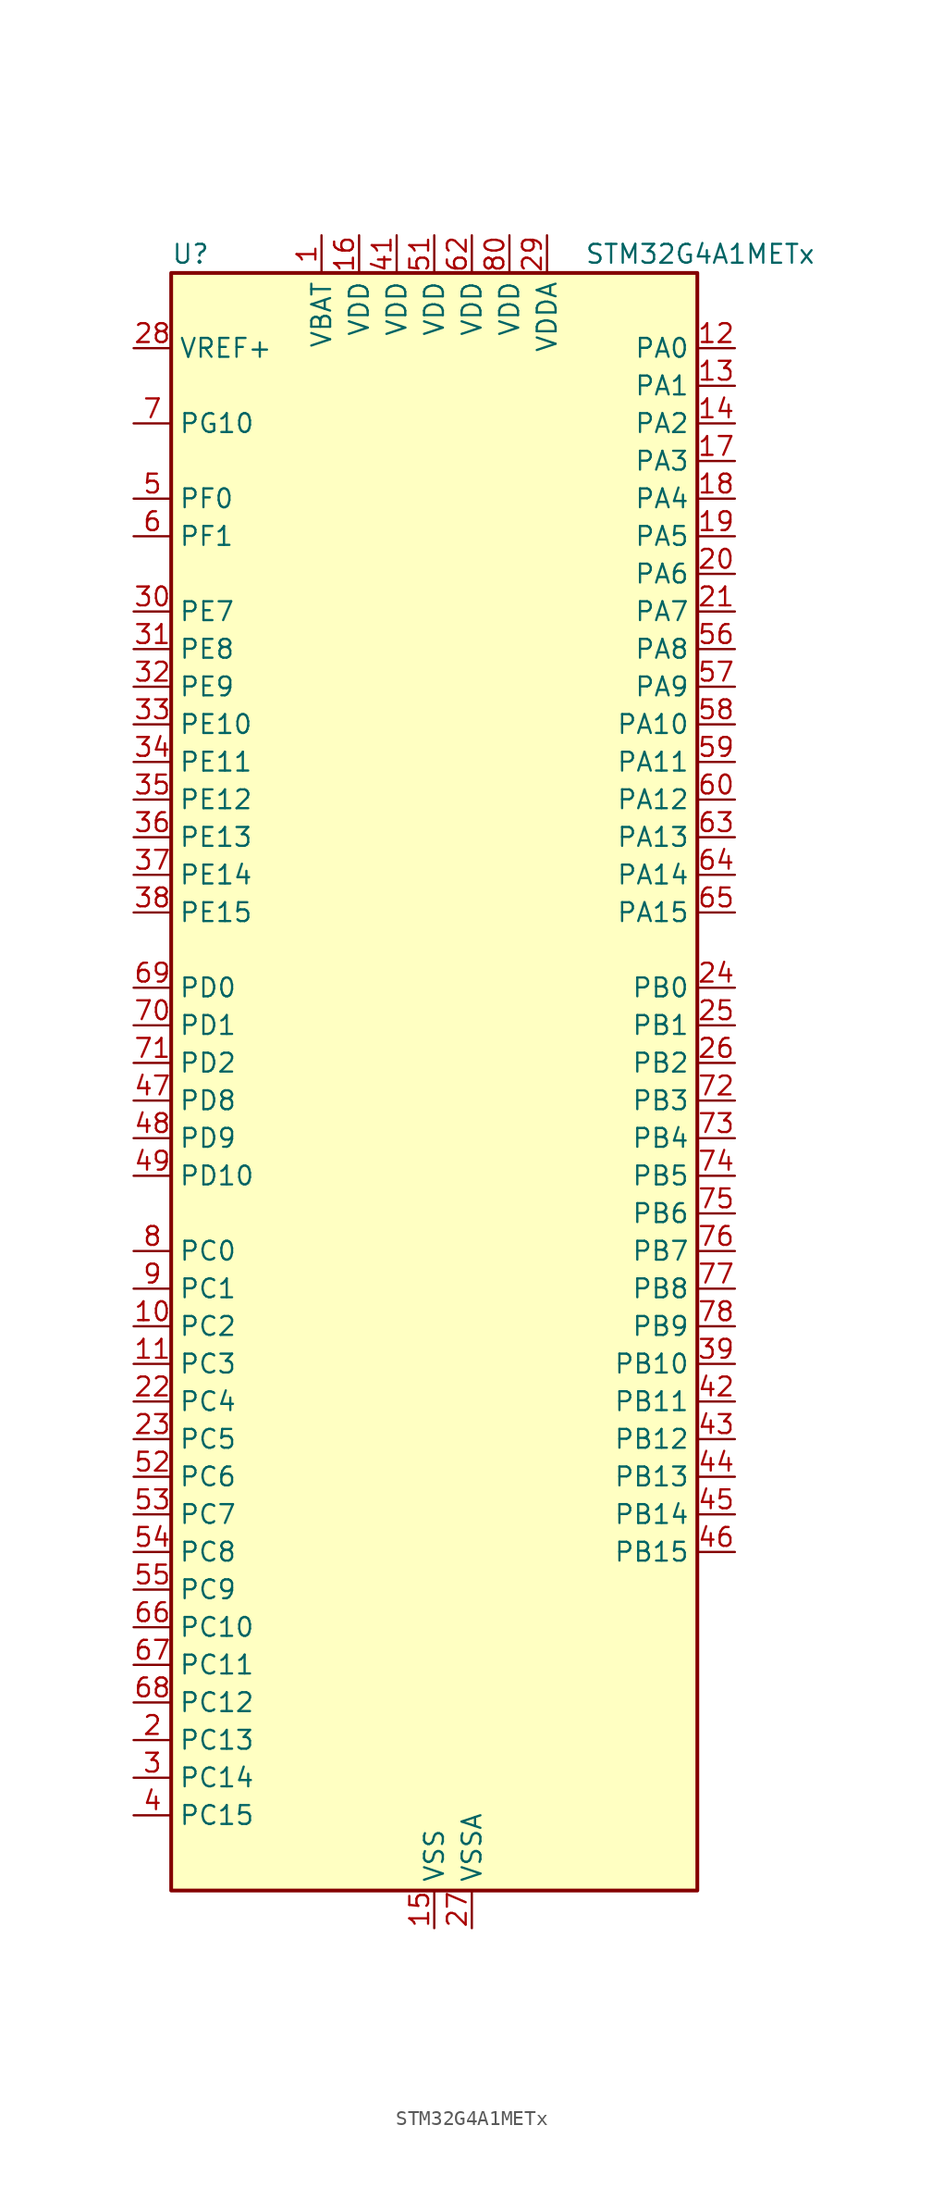
<source format=kicad_sym>
(kicad_symbol_lib
  (version 20241209)
  (generator "kicad_symbol_editor")
  (generator_version "9.0")
  (symbol "STM32G4A1METx"
    (property "Reference" "U"
      (at -17.78 57.15 0)
      (effects (font (size 1.27 1.27)) (justify left)))
    (property "Value" "STM32G4A1METx"
      (at 10.16 57.15 0)
      (effects (font (size 1.27 1.27)) (justify left)))
    (symbol "STM32G4A1METx_0_1"
      (rectangle (start -17.78 -53.34) (end 17.78 55.88) (stroke (width 0.254) (type default)) (fill (type background))))
    (symbol "STM32G4A1METx_1_1"
      (pin input line (at -20.32 50.8 0) (length 2.54) (name "VREF+" (effects (font (size 1.27 1.27)))) (number "28" (effects (font (size 1.27 1.27)))) (alternate "VREFBUF_OUT" bidirectional line))
      (pin bidirectional line (at -20.32 45.72 0) (length 2.54) (name "PG10" (effects (font (size 1.27 1.27)))) (number "7" (effects (font (size 1.27 1.27)))) (alternate "DAC1_EXTI10" bidirectional line) (alternate "DAC3_EXTI10" bidirectional line) (alternate "RCC_MCO" bidirectional line))
      (pin bidirectional line (at -20.32 40.64 0) (length 2.54) (name "PF0" (effects (font (size 1.27 1.27)))) (number "5" (effects (font (size 1.27 1.27)))) (alternate "ADC1_IN10" bidirectional line) (alternate "I2C2_SDA" bidirectional line) (alternate "I2S2_WS" bidirectional line) (alternate "RCC_OSC_IN" bidirectional line) (alternate "SPI2_NSS" bidirectional line) (alternate "TIM1_CH3N" bidirectional line))
      (pin bidirectional line (at -20.32 38.1 0) (length 2.54) (name "PF1" (effects (font (size 1.27 1.27)))) (number "6" (effects (font (size 1.27 1.27)))) (alternate "ADC2_IN10" bidirectional line) (alternate "COMP3_INM" bidirectional line) (alternate "I2S2_CK" bidirectional line) (alternate "RCC_OSC_OUT" bidirectional line) (alternate "SPI2_SCK" bidirectional line))
      (pin bidirectional line (at -20.32 33.02 0) (length 2.54) (name "PE7" (effects (font (size 1.27 1.27)))) (number "30" (effects (font (size 1.27 1.27)))) (alternate "ADC3_IN4" bidirectional line) (alternate "COMP4_INP" bidirectional line) (alternate "SAI1_SD_B" bidirectional line) (alternate "TIM1_ETR" bidirectional line))
      (pin bidirectional line (at -20.32 30.48 0) (length 2.54) (name "PE8" (effects (font (size 1.27 1.27)))) (number "31" (effects (font (size 1.27 1.27)))) (alternate "ADC3_IN6" bidirectional line) (alternate "COMP4_INM" bidirectional line) (alternate "SAI1_SCK_B" bidirectional line) (alternate "TIM1_CH1N" bidirectional line))
      (pin bidirectional line (at -20.32 27.94 0) (length 2.54) (name "PE9" (effects (font (size 1.27 1.27)))) (number "32" (effects (font (size 1.27 1.27)))) (alternate "ADC3_IN2" bidirectional line) (alternate "DAC1_EXTI9" bidirectional line) (alternate "DAC3_EXTI9" bidirectional line) (alternate "SAI1_FS_B" bidirectional line) (alternate "TIM1_CH1" bidirectional line))
      (pin bidirectional line (at -20.32 25.4 0) (length 2.54) (name "PE10" (effects (font (size 1.27 1.27)))) (number "33" (effects (font (size 1.27 1.27)))) (alternate "ADC3_IN14" bidirectional line) (alternate "DAC1_EXTI10" bidirectional line) (alternate "DAC3_EXTI10" bidirectional line) (alternate "QUADSPI1_CLK" bidirectional line) (alternate "SAI1_MCLK_B" bidirectional line) (alternate "TIM1_CH2N" bidirectional line))
      (pin bidirectional line (at -20.32 22.86 0) (length 2.54) (name "PE11" (effects (font (size 1.27 1.27)))) (number "34" (effects (font (size 1.27 1.27)))) (alternate "ADC1_EXTI11" bidirectional line) (alternate "ADC2_EXTI11" bidirectional line) (alternate "ADC3_IN15" bidirectional line) (alternate "QUADSPI1_BK1_NCS" bidirectional line) (alternate "TIM1_CH2" bidirectional line))
      (pin bidirectional line (at -20.32 20.32 0) (length 2.54) (name "PE12" (effects (font (size 1.27 1.27)))) (number "35" (effects (font (size 1.27 1.27)))) (alternate "ADC3_IN16" bidirectional line) (alternate "QUADSPI1_BK1_IO0" bidirectional line) (alternate "TIM1_CH3N" bidirectional line))
      (pin bidirectional line (at -20.32 17.78 0) (length 2.54) (name "PE13" (effects (font (size 1.27 1.27)))) (number "36" (effects (font (size 1.27 1.27)))) (alternate "ADC3_IN3" bidirectional line) (alternate "QUADSPI1_BK1_IO1" bidirectional line) (alternate "TIM1_CH3" bidirectional line))
      (pin bidirectional line (at -20.32 15.24 0) (length 2.54) (name "PE14" (effects (font (size 1.27 1.27)))) (number "37" (effects (font (size 1.27 1.27)))) (alternate "QUADSPI1_BK1_IO2" bidirectional line) (alternate "TIM1_BKIN2" bidirectional line) (alternate "TIM1_CH4" bidirectional line))
      (pin bidirectional line (at -20.32 12.7 0) (length 2.54) (name "PE15" (effects (font (size 1.27 1.27)))) (number "38" (effects (font (size 1.27 1.27)))) (alternate "ADC1_EXTI15" bidirectional line) (alternate "ADC2_EXTI15" bidirectional line) (alternate "QUADSPI1_BK1_IO3" bidirectional line) (alternate "TIM1_BKIN" bidirectional line) (alternate "TIM1_CH4N" bidirectional line) (alternate "USART3_RX" bidirectional line))
      (pin bidirectional line (at -20.32 7.62 0) (length 2.54) (name "PD0" (effects (font (size 1.27 1.27)))) (number "69" (effects (font (size 1.27 1.27)))) (alternate "FDCAN1_RX" bidirectional line) (alternate "TIM8_CH4N" bidirectional line))
      (pin bidirectional line (at -20.32 5.08 0) (length 2.54) (name "PD1" (effects (font (size 1.27 1.27)))) (number "70" (effects (font (size 1.27 1.27)))) (alternate "FDCAN1_TX" bidirectional line) (alternate "TIM8_BKIN2" bidirectional line) (alternate "TIM8_CH4" bidirectional line))
      (pin bidirectional line (at -20.32 2.54 0) (length 2.54) (name "PD2" (effects (font (size 1.27 1.27)))) (number "71" (effects (font (size 1.27 1.27)))) (alternate "ADC3_EXTI2" bidirectional line) (alternate "TIM3_ETR" bidirectional line) (alternate "TIM8_BKIN" bidirectional line) (alternate "UART5_RX" bidirectional line))
      (pin bidirectional line (at -20.32 0 0) (length 2.54) (name "PD8" (effects (font (size 1.27 1.27)))) (number "47" (effects (font (size 1.27 1.27)))) (alternate "USART3_TX" bidirectional line))
      (pin bidirectional line (at -20.32 -2.54 0) (length 2.54) (name "PD9" (effects (font (size 1.27 1.27)))) (number "48" (effects (font (size 1.27 1.27)))) (alternate "DAC1_EXTI9" bidirectional line) (alternate "DAC3_EXTI9" bidirectional line) (alternate "OPAMP6_VINP" bidirectional line) (alternate "OPAMP6_VINP_SEC" bidirectional line) (alternate "USART3_RX" bidirectional line))
      (pin bidirectional line (at -20.32 -5.08 0) (length 2.54) (name "PD10" (effects (font (size 1.27 1.27)))) (number "49" (effects (font (size 1.27 1.27)))) (alternate "ADC3_IN7" bidirectional line) (alternate "DAC1_EXTI10" bidirectional line) (alternate "DAC3_EXTI10" bidirectional line) (alternate "USART3_CK" bidirectional line))
      (pin bidirectional line (at -20.32 -10.16 0) (length 2.54) (name "PC0" (effects (font (size 1.27 1.27)))) (number "8" (effects (font (size 1.27 1.27)))) (alternate "ADC1_IN6" bidirectional line) (alternate "ADC2_IN6" bidirectional line) (alternate "COMP3_INM" bidirectional line) (alternate "LPTIM1_IN1" bidirectional line) (alternate "LPUART1_RX" bidirectional line) (alternate "TIM1_CH1" bidirectional line))
      (pin bidirectional line (at -20.32 -12.7 0) (length 2.54) (name "PC1" (effects (font (size 1.27 1.27)))) (number "9" (effects (font (size 1.27 1.27)))) (alternate "ADC1_IN7" bidirectional line) (alternate "ADC2_IN7" bidirectional line) (alternate "COMP3_INP" bidirectional line) (alternate "LPTIM1_OUT" bidirectional line) (alternate "LPUART1_TX" bidirectional line) (alternate "QUADSPI1_BK2_IO0" bidirectional line) (alternate "SAI1_SD_A" bidirectional line) (alternate "TIM1_CH2" bidirectional line))
      (pin bidirectional line (at -20.32 -15.24 0) (length 2.54) (name "PC2" (effects (font (size 1.27 1.27)))) (number "10" (effects (font (size 1.27 1.27)))) (alternate "ADC1_IN8" bidirectional line) (alternate "ADC2_IN8" bidirectional line) (alternate "ADC3_EXTI2" bidirectional line) (alternate "COMP3_OUT" bidirectional line) (alternate "LPTIM1_IN2" bidirectional line) (alternate "QUADSPI1_BK2_IO1" bidirectional line) (alternate "TIM1_CH3" bidirectional line) (alternate "TIM20_CH2" bidirectional line))
      (pin bidirectional line (at -20.32 -17.78 0) (length 2.54) (name "PC3" (effects (font (size 1.27 1.27)))) (number "11" (effects (font (size 1.27 1.27)))) (alternate "ADC1_IN9" bidirectional line) (alternate "ADC2_IN9" bidirectional line) (alternate "ADC3_EXTI3" bidirectional line) (alternate "LPTIM1_ETR" bidirectional line) (alternate "QUADSPI1_BK2_IO2" bidirectional line) (alternate "SAI1_D1" bidirectional line) (alternate "SAI1_SD_A" bidirectional line) (alternate "TIM1_BKIN2" bidirectional line) (alternate "TIM1_CH4" bidirectional line))
      (pin bidirectional line (at -20.32 -20.32 0) (length 2.54) (name "PC4" (effects (font (size 1.27 1.27)))) (number "22" (effects (font (size 1.27 1.27)))) (alternate "ADC2_IN5" bidirectional line) (alternate "I2C2_SCL" bidirectional line) (alternate "QUADSPI1_BK2_IO3" bidirectional line) (alternate "TIM1_ETR" bidirectional line) (alternate "USART1_TX" bidirectional line))
      (pin bidirectional line (at -20.32 -22.86 0) (length 2.54) (name "PC5" (effects (font (size 1.27 1.27)))) (number "23" (effects (font (size 1.27 1.27)))) (alternate "ADC2_IN11" bidirectional line) (alternate "OPAMP1_VINM" bidirectional line) (alternate "OPAMP1_VINM1" bidirectional line) (alternate "OPAMP1_VINM_SEC" bidirectional line) (alternate "OPAMP2_VINM" bidirectional line) (alternate "OPAMP2_VINM1" bidirectional line) (alternate "OPAMP2_VINM_SEC" bidirectional line) (alternate "SAI1_D3" bidirectional line) (alternate "SYS_WKUP5" bidirectional line) (alternate "TIM15_BKIN" bidirectional line) (alternate "TIM1_CH4N" bidirectional line) (alternate "USART1_RX" bidirectional line))
      (pin bidirectional line (at -20.32 -25.4 0) (length 2.54) (name "PC6" (effects (font (size 1.27 1.27)))) (number "52" (effects (font (size 1.27 1.27)))) (alternate "I2S2_MCK" bidirectional line) (alternate "TIM3_CH1" bidirectional line) (alternate "TIM8_CH1" bidirectional line))
      (pin bidirectional line (at -20.32 -27.94 0) (length 2.54) (name "PC7" (effects (font (size 1.27 1.27)))) (number "53" (effects (font (size 1.27 1.27)))) (alternate "I2S3_MCK" bidirectional line) (alternate "TIM3_CH2" bidirectional line) (alternate "TIM8_CH2" bidirectional line))
      (pin bidirectional line (at -20.32 -30.48 0) (length 2.54) (name "PC8" (effects (font (size 1.27 1.27)))) (number "54" (effects (font (size 1.27 1.27)))) (alternate "I2C3_SCL" bidirectional line) (alternate "TIM20_CH3" bidirectional line) (alternate "TIM3_CH3" bidirectional line) (alternate "TIM8_CH3" bidirectional line))
      (pin bidirectional line (at -20.32 -33.02 0) (length 2.54) (name "PC9" (effects (font (size 1.27 1.27)))) (number "55" (effects (font (size 1.27 1.27)))) (alternate "DAC1_EXTI9" bidirectional line) (alternate "DAC3_EXTI9" bidirectional line) (alternate "I2C3_SDA" bidirectional line) (alternate "I2S_CKIN" bidirectional line) (alternate "TIM3_CH4" bidirectional line) (alternate "TIM8_BKIN2" bidirectional line) (alternate "TIM8_CH4" bidirectional line))
      (pin bidirectional line (at -20.32 -35.56 0) (length 2.54) (name "PC10" (effects (font (size 1.27 1.27)))) (number "66" (effects (font (size 1.27 1.27)))) (alternate "DAC1_EXTI10" bidirectional line) (alternate "DAC3_EXTI10" bidirectional line) (alternate "I2S3_CK" bidirectional line) (alternate "SPI3_SCK" bidirectional line) (alternate "TIM8_CH1N" bidirectional line) (alternate "UART4_TX" bidirectional line) (alternate "USART3_TX" bidirectional line))
      (pin bidirectional line (at -20.32 -38.1 0) (length 2.54) (name "PC11" (effects (font (size 1.27 1.27)))) (number "67" (effects (font (size 1.27 1.27)))) (alternate "ADC1_EXTI11" bidirectional line) (alternate "ADC2_EXTI11" bidirectional line) (alternate "I2C3_SDA" bidirectional line) (alternate "SPI3_MISO" bidirectional line) (alternate "TIM8_CH2N" bidirectional line) (alternate "UART4_RX" bidirectional line) (alternate "USART3_RX" bidirectional line))
      (pin bidirectional line (at -20.32 -40.64 0) (length 2.54) (name "PC12" (effects (font (size 1.27 1.27)))) (number "68" (effects (font (size 1.27 1.27)))) (alternate "I2S3_SD" bidirectional line) (alternate "SPI3_MOSI" bidirectional line) (alternate "TIM8_CH3N" bidirectional line) (alternate "UART5_TX" bidirectional line) (alternate "UCPD1_FRSTX1" bidirectional line) (alternate "UCPD1_FRSTX2" bidirectional line) (alternate "USART3_CK" bidirectional line))
      (pin bidirectional line (at -20.32 -43.18 0) (length 2.54) (name "PC13" (effects (font (size 1.27 1.27)))) (number "2" (effects (font (size 1.27 1.27)))) (alternate "RTC_OUT1" bidirectional line) (alternate "RTC_TAMP1" bidirectional line) (alternate "RTC_TS" bidirectional line) (alternate "SYS_WKUP2" bidirectional line) (alternate "TIM1_BKIN" bidirectional line) (alternate "TIM1_CH1N" bidirectional line) (alternate "TIM8_CH4N" bidirectional line))
      (pin bidirectional line (at -20.32 -45.72 0) (length 2.54) (name "PC14" (effects (font (size 1.27 1.27)))) (number "3" (effects (font (size 1.27 1.27)))) (alternate "RCC_OSC32_IN" bidirectional line))
      (pin bidirectional line (at -20.32 -48.26 0) (length 2.54) (name "PC15" (effects (font (size 1.27 1.27)))) (number "4" (effects (font (size 1.27 1.27)))) (alternate "ADC1_EXTI15" bidirectional line) (alternate "ADC2_EXTI15" bidirectional line) (alternate "RCC_OSC32_OUT" bidirectional line))
      (pin power_in line (at -7.62 58.42 270) (length 2.54) (name "VBAT" (effects (font (size 1.27 1.27)))) (number "1" (effects (font (size 1.27 1.27)))))
      (pin power_in line (at -5.08 58.42 270) (length 2.54) (name "VDD" (effects (font (size 1.27 1.27)))) (number "16" (effects (font (size 1.27 1.27)))))
      (pin power_in line (at -2.54 58.42 270) (length 2.54) (name "VDD" (effects (font (size 1.27 1.27)))) (number "41" (effects (font (size 1.27 1.27)))))
      (pin power_in line (at 0 58.42 270) (length 2.54) (name "VDD" (effects (font (size 1.27 1.27)))) (number "51" (effects (font (size 1.27 1.27)))))
      (pin power_in line (at 0 -55.88 90) (length 2.54) (name "VSS" (effects (font (size 1.27 1.27)))) (number "15" (effects (font (size 1.27 1.27)))))
      (pin passive line (at 0 -55.88 90) (length 2.54) (hide yes) (name "VSS" (effects (font (size 1.27 1.27)))) (number "40" (effects (font (size 1.27 1.27)))))
      (pin passive line (at 0 -55.88 90) (length 2.54) (hide yes) (name "VSS" (effects (font (size 1.27 1.27)))) (number "50" (effects (font (size 1.27 1.27)))))
      (pin passive line (at 0 -55.88 90) (length 2.54) (hide yes) (name "VSS" (effects (font (size 1.27 1.27)))) (number "61" (effects (font (size 1.27 1.27)))))
      (pin passive line (at 0 -55.88 90) (length 2.54) (hide yes) (name "VSS" (effects (font (size 1.27 1.27)))) (number "79" (effects (font (size 1.27 1.27)))))
      (pin power_in line (at 2.54 58.42 270) (length 2.54) (name "VDD" (effects (font (size 1.27 1.27)))) (number "62" (effects (font (size 1.27 1.27)))))
      (pin power_in line (at 2.54 -55.88 90) (length 2.54) (name "VSSA" (effects (font (size 1.27 1.27)))) (number "27" (effects (font (size 1.27 1.27)))))
      (pin power_in line (at 5.08 58.42 270) (length 2.54) (name "VDD" (effects (font (size 1.27 1.27)))) (number "80" (effects (font (size 1.27 1.27)))))
      (pin power_in line (at 7.62 58.42 270) (length 2.54) (name "VDDA" (effects (font (size 1.27 1.27)))) (number "29" (effects (font (size 1.27 1.27)))))
      (pin bidirectional line (at 20.32 50.8 180) (length 2.54) (name "PA0" (effects (font (size 1.27 1.27)))) (number "12" (effects (font (size 1.27 1.27)))) (alternate "ADC1_IN1" bidirectional line) (alternate "ADC2_IN1" bidirectional line) (alternate "COMP1_INM" bidirectional line) (alternate "COMP1_OUT" bidirectional line) (alternate "COMP3_INP" bidirectional line) (alternate "RTC_TAMP2" bidirectional line) (alternate "SYS_WKUP1" bidirectional line) (alternate "TIM2_CH1" bidirectional line) (alternate "TIM2_ETR" bidirectional line) (alternate "TIM8_BKIN" bidirectional line) (alternate "TIM8_ETR" bidirectional line) (alternate "USART2_CTS" bidirectional line) (alternate "USART2_NSS" bidirectional line))
      (pin bidirectional line (at 20.32 48.26 180) (length 2.54) (name "PA1" (effects (font (size 1.27 1.27)))) (number "13" (effects (font (size 1.27 1.27)))) (alternate "ADC1_IN2" bidirectional line) (alternate "ADC2_IN2" bidirectional line) (alternate "COMP1_INP" bidirectional line) (alternate "OPAMP1_VINP" bidirectional line) (alternate "OPAMP1_VINP_SEC" bidirectional line) (alternate "OPAMP3_VINP" bidirectional line) (alternate "OPAMP3_VINP_SEC" bidirectional line) (alternate "OPAMP6_VINM" bidirectional line) (alternate "OPAMP6_VINM0" bidirectional line) (alternate "OPAMP6_VINM_SEC" bidirectional line) (alternate "RTC_REFIN" bidirectional line) (alternate "TIM15_CH1N" bidirectional line) (alternate "TIM2_CH2" bidirectional line) (alternate "USART2_DE" bidirectional line) (alternate "USART2_RTS" bidirectional line))
      (pin bidirectional line (at 20.32 45.72 180) (length 2.54) (name "PA2" (effects (font (size 1.27 1.27)))) (number "14" (effects (font (size 1.27 1.27)))) (alternate "ADC1_IN3" bidirectional line) (alternate "ADC3_EXTI2" bidirectional line) (alternate "COMP2_INM" bidirectional line) (alternate "COMP2_OUT" bidirectional line) (alternate "LPUART1_TX" bidirectional line) (alternate "OPAMP1_VOUT" bidirectional line) (alternate "QUADSPI1_BK1_NCS" bidirectional line) (alternate "RCC_LSCO" bidirectional line) (alternate "SYS_WKUP4" bidirectional line) (alternate "TIM15_CH1" bidirectional line) (alternate "TIM2_CH3" bidirectional line) (alternate "UCPD1_FRSTX1" bidirectional line) (alternate "UCPD1_FRSTX2" bidirectional line) (alternate "USART2_TX" bidirectional line))
      (pin bidirectional line (at 20.32 43.18 180) (length 2.54) (name "PA3" (effects (font (size 1.27 1.27)))) (number "17" (effects (font (size 1.27 1.27)))) (alternate "ADC1_IN4" bidirectional line) (alternate "ADC3_EXTI3" bidirectional line) (alternate "COMP2_INP" bidirectional line) (alternate "LPUART1_RX" bidirectional line) (alternate "OPAMP1_VINM" bidirectional line) (alternate "OPAMP1_VINM0" bidirectional line) (alternate "OPAMP1_VINM_SEC" bidirectional line) (alternate "OPAMP1_VINP" bidirectional line) (alternate "OPAMP1_VINP_SEC" bidirectional line) (alternate "QUADSPI1_CLK" bidirectional line) (alternate "SAI1_CK1" bidirectional line) (alternate "SAI1_MCLK_A" bidirectional line) (alternate "TIM15_CH2" bidirectional line) (alternate "TIM2_CH4" bidirectional line) (alternate "USART2_RX" bidirectional line))
      (pin bidirectional line (at 20.32 40.64 180) (length 2.54) (name "PA4" (effects (font (size 1.27 1.27)))) (number "18" (effects (font (size 1.27 1.27)))) (alternate "ADC2_IN17" bidirectional line) (alternate "COMP1_INM" bidirectional line) (alternate "DAC1_OUT1" bidirectional line) (alternate "I2S3_WS" bidirectional line) (alternate "SAI1_FS_B" bidirectional line) (alternate "SPI1_NSS" bidirectional line) (alternate "SPI3_NSS" bidirectional line) (alternate "TIM3_CH2" bidirectional line) (alternate "USART2_CK" bidirectional line))
      (pin bidirectional line (at 20.32 38.1 180) (length 2.54) (name "PA5" (effects (font (size 1.27 1.27)))) (number "19" (effects (font (size 1.27 1.27)))) (alternate "ADC2_IN13" bidirectional line) (alternate "COMP2_INM" bidirectional line) (alternate "DAC1_OUT2" bidirectional line) (alternate "OPAMP2_VINM" bidirectional line) (alternate "OPAMP2_VINM0" bidirectional line) (alternate "OPAMP2_VINM_SEC" bidirectional line) (alternate "SPI1_SCK" bidirectional line) (alternate "TIM2_CH1" bidirectional line) (alternate "TIM2_ETR" bidirectional line) (alternate "UCPD1_FRSTX1" bidirectional line) (alternate "UCPD1_FRSTX2" bidirectional line))
      (pin bidirectional line (at 20.32 35.56 180) (length 2.54) (name "PA6" (effects (font (size 1.27 1.27)))) (number "20" (effects (font (size 1.27 1.27)))) (alternate "ADC2_IN3" bidirectional line) (alternate "COMP1_OUT" bidirectional line) (alternate "LPUART1_CTS" bidirectional line) (alternate "OPAMP2_VOUT" bidirectional line) (alternate "QUADSPI1_BK1_IO3" bidirectional line) (alternate "SPI1_MISO" bidirectional line) (alternate "TIM16_CH1" bidirectional line) (alternate "TIM1_BKIN" bidirectional line) (alternate "TIM3_CH1" bidirectional line) (alternate "TIM8_BKIN" bidirectional line))
      (pin bidirectional line (at 20.32 33.02 180) (length 2.54) (name "PA7" (effects (font (size 1.27 1.27)))) (number "21" (effects (font (size 1.27 1.27)))) (alternate "ADC2_IN4" bidirectional line) (alternate "COMP2_INP" bidirectional line) (alternate "COMP2_OUT" bidirectional line) (alternate "OPAMP1_VINP" bidirectional line) (alternate "OPAMP1_VINP_SEC" bidirectional line) (alternate "OPAMP2_VINP" bidirectional line) (alternate "OPAMP2_VINP_SEC" bidirectional line) (alternate "QUADSPI1_BK1_IO2" bidirectional line) (alternate "SPI1_MOSI" bidirectional line) (alternate "TIM17_CH1" bidirectional line) (alternate "TIM1_CH1N" bidirectional line) (alternate "TIM3_CH2" bidirectional line) (alternate "TIM8_CH1N" bidirectional line) (alternate "UCPD1_FRSTX1" bidirectional line) (alternate "UCPD1_FRSTX2" bidirectional line))
      (pin bidirectional line (at 20.32 30.48 180) (length 2.54) (name "PA8" (effects (font (size 1.27 1.27)))) (number "56" (effects (font (size 1.27 1.27)))) (alternate "I2C2_SDA" bidirectional line) (alternate "I2C3_SCL" bidirectional line) (alternate "I2S2_MCK" bidirectional line) (alternate "RCC_MCO" bidirectional line) (alternate "SAI1_CK2" bidirectional line) (alternate "SAI1_SCK_A" bidirectional line) (alternate "TIM1_CH1" bidirectional line) (alternate "TIM4_ETR" bidirectional line) (alternate "USART1_CK" bidirectional line))
      (pin bidirectional line (at 20.32 27.94 180) (length 2.54) (name "PA9" (effects (font (size 1.27 1.27)))) (number "57" (effects (font (size 1.27 1.27)))) (alternate "DAC1_EXTI9" bidirectional line) (alternate "DAC3_EXTI9" bidirectional line) (alternate "I2C2_SCL" bidirectional line) (alternate "I2C3_SMBA" bidirectional line) (alternate "I2S3_MCK" bidirectional line) (alternate "SAI1_FS_A" bidirectional line) (alternate "TIM15_BKIN" bidirectional line) (alternate "TIM1_CH2" bidirectional line) (alternate "TIM2_CH3" bidirectional line) (alternate "UCPD1_DBCC1" bidirectional line) (alternate "USART1_TX" bidirectional line))
      (pin bidirectional line (at 20.32 25.4 180) (length 2.54) (name "PA10" (effects (font (size 1.27 1.27)))) (number "58" (effects (font (size 1.27 1.27)))) (alternate "CRS_SYNC" bidirectional line) (alternate "DAC1_EXTI10" bidirectional line) (alternate "DAC3_EXTI10" bidirectional line) (alternate "I2C2_SMBA" bidirectional line) (alternate "SAI1_D1" bidirectional line) (alternate "SAI1_SD_A" bidirectional line) (alternate "SPI2_MISO" bidirectional line) (alternate "TIM17_BKIN" bidirectional line) (alternate "TIM1_CH3" bidirectional line) (alternate "TIM2_CH4" bidirectional line) (alternate "TIM8_BKIN" bidirectional line) (alternate "UCPD1_DBCC2" bidirectional line) (alternate "USART1_RX" bidirectional line))
      (pin bidirectional line (at 20.32 22.86 180) (length 2.54) (name "PA11" (effects (font (size 1.27 1.27)))) (number "59" (effects (font (size 1.27 1.27)))) (alternate "ADC1_EXTI11" bidirectional line) (alternate "ADC2_EXTI11" bidirectional line) (alternate "COMP1_OUT" bidirectional line) (alternate "FDCAN1_RX" bidirectional line) (alternate "I2S2_SD" bidirectional line) (alternate "SPI2_MOSI" bidirectional line) (alternate "TIM1_BKIN2" bidirectional line) (alternate "TIM1_CH1N" bidirectional line) (alternate "TIM1_CH4" bidirectional line) (alternate "TIM4_CH1" bidirectional line) (alternate "USART1_CTS" bidirectional line) (alternate "USART1_NSS" bidirectional line) (alternate "USB_DM" bidirectional line))
      (pin bidirectional line (at 20.32 20.32 180) (length 2.54) (name "PA12" (effects (font (size 1.27 1.27)))) (number "60" (effects (font (size 1.27 1.27)))) (alternate "COMP2_OUT" bidirectional line) (alternate "FDCAN1_TX" bidirectional line) (alternate "I2S_CKIN" bidirectional line) (alternate "TIM16_CH1" bidirectional line) (alternate "TIM1_CH2N" bidirectional line) (alternate "TIM1_ETR" bidirectional line) (alternate "TIM4_CH2" bidirectional line) (alternate "USART1_DE" bidirectional line) (alternate "USART1_RTS" bidirectional line) (alternate "USB_DP" bidirectional line))
      (pin bidirectional line (at 20.32 17.78 180) (length 2.54) (name "PA13" (effects (font (size 1.27 1.27)))) (number "63" (effects (font (size 1.27 1.27)))) (alternate "I2C1_SCL" bidirectional line) (alternate "IR_OUT" bidirectional line) (alternate "SAI1_SD_B" bidirectional line) (alternate "SYS_JTMS-SWDIO" bidirectional line) (alternate "TIM16_CH1N" bidirectional line) (alternate "TIM4_CH3" bidirectional line) (alternate "USART3_CTS" bidirectional line) (alternate "USART3_NSS" bidirectional line))
      (pin bidirectional line (at 20.32 15.24 180) (length 2.54) (name "PA14" (effects (font (size 1.27 1.27)))) (number "64" (effects (font (size 1.27 1.27)))) (alternate "I2C1_SDA" bidirectional line) (alternate "LPTIM1_OUT" bidirectional line) (alternate "SAI1_FS_B" bidirectional line) (alternate "SYS_JTCK-SWCLK" bidirectional line) (alternate "TIM1_BKIN" bidirectional line) (alternate "TIM8_CH2" bidirectional line) (alternate "USART2_TX" bidirectional line))
      (pin bidirectional line (at 20.32 12.7 180) (length 2.54) (name "PA15" (effects (font (size 1.27 1.27)))) (number "65" (effects (font (size 1.27 1.27)))) (alternate "ADC1_EXTI15" bidirectional line) (alternate "ADC2_EXTI15" bidirectional line) (alternate "I2C1_SCL" bidirectional line) (alternate "I2S3_WS" bidirectional line) (alternate "SPI1_NSS" bidirectional line) (alternate "SPI3_NSS" bidirectional line) (alternate "SYS_JTDI" bidirectional line) (alternate "TIM1_BKIN" bidirectional line) (alternate "TIM20_ETR" bidirectional line) (alternate "TIM2_CH1" bidirectional line) (alternate "TIM2_ETR" bidirectional line) (alternate "TIM8_CH1" bidirectional line) (alternate "UART4_DE" bidirectional line) (alternate "UART4_RTS" bidirectional line) (alternate "USART2_RX" bidirectional line))
      (pin bidirectional line (at 20.32 7.62 180) (length 2.54) (name "PB0" (effects (font (size 1.27 1.27)))) (number "24" (effects (font (size 1.27 1.27)))) (alternate "ADC1_IN15" bidirectional line) (alternate "ADC3_IN12" bidirectional line) (alternate "COMP4_INP" bidirectional line) (alternate "OPAMP2_VINP" bidirectional line) (alternate "OPAMP2_VINP_SEC" bidirectional line) (alternate "OPAMP3_VINP" bidirectional line) (alternate "OPAMP3_VINP_SEC" bidirectional line) (alternate "QUADSPI1_BK1_IO1" bidirectional line) (alternate "TIM1_CH2N" bidirectional line) (alternate "TIM3_CH3" bidirectional line) (alternate "TIM8_CH2N" bidirectional line) (alternate "UCPD1_FRSTX1" bidirectional line) (alternate "UCPD1_FRSTX2" bidirectional line))
      (pin bidirectional line (at 20.32 5.08 180) (length 2.54) (name "PB1" (effects (font (size 1.27 1.27)))) (number "25" (effects (font (size 1.27 1.27)))) (alternate "ADC1_IN12" bidirectional line) (alternate "ADC3_IN1" bidirectional line) (alternate "COMP1_INP" bidirectional line) (alternate "COMP4_OUT" bidirectional line) (alternate "LPUART1_DE" bidirectional line) (alternate "LPUART1_RTS" bidirectional line) (alternate "OPAMP3_VOUT" bidirectional line) (alternate "OPAMP6_VINM" bidirectional line) (alternate "OPAMP6_VINM1" bidirectional line) (alternate "OPAMP6_VINM_SEC" bidirectional line) (alternate "QUADSPI1_BK1_IO0" bidirectional line) (alternate "TIM1_CH3N" bidirectional line) (alternate "TIM3_CH4" bidirectional line) (alternate "TIM8_CH3N" bidirectional line))
      (pin bidirectional line (at 20.32 2.54 180) (length 2.54) (name "PB2" (effects (font (size 1.27 1.27)))) (number "26" (effects (font (size 1.27 1.27)))) (alternate "ADC2_IN12" bidirectional line) (alternate "ADC3_EXTI2" bidirectional line) (alternate "COMP4_INM" bidirectional line) (alternate "I2C3_SMBA" bidirectional line) (alternate "LPTIM1_OUT" bidirectional line) (alternate "OPAMP3_VINM" bidirectional line) (alternate "OPAMP3_VINM0" bidirectional line) (alternate "OPAMP3_VINM_SEC" bidirectional line) (alternate "QUADSPI1_BK2_IO1" bidirectional line) (alternate "RTC_OUT2" bidirectional line) (alternate "TIM20_CH1" bidirectional line))
      (pin bidirectional line (at 20.32 0 180) (length 2.54) (name "PB3" (effects (font (size 1.27 1.27)))) (number "72" (effects (font (size 1.27 1.27)))) (alternate "ADC3_EXTI3" bidirectional line) (alternate "CRS_SYNC" bidirectional line) (alternate "I2S3_CK" bidirectional line) (alternate "SAI1_SCK_B" bidirectional line) (alternate "SPI1_SCK" bidirectional line) (alternate "SPI3_SCK" bidirectional line) (alternate "SYS_JTDO-SWO" bidirectional line) (alternate "TIM2_CH2" bidirectional line) (alternate "TIM3_ETR" bidirectional line) (alternate "TIM4_ETR" bidirectional line) (alternate "TIM8_CH1N" bidirectional line) (alternate "USART2_TX" bidirectional line))
      (pin bidirectional line (at 20.32 -2.54 180) (length 2.54) (name "PB4" (effects (font (size 1.27 1.27)))) (number "73" (effects (font (size 1.27 1.27)))) (alternate "SAI1_MCLK_B" bidirectional line) (alternate "SPI1_MISO" bidirectional line) (alternate "SPI3_MISO" bidirectional line) (alternate "SYS_JTRST" bidirectional line) (alternate "TIM16_CH1" bidirectional line) (alternate "TIM17_BKIN" bidirectional line) (alternate "TIM3_CH1" bidirectional line) (alternate "TIM8_CH2N" bidirectional line) (alternate "UART5_DE" bidirectional line) (alternate "UART5_RTS" bidirectional line) (alternate "UCPD1_CC2" bidirectional line) (alternate "USART2_RX" bidirectional line))
      (pin bidirectional line (at 20.32 -5.08 180) (length 2.54) (name "PB5" (effects (font (size 1.27 1.27)))) (number "74" (effects (font (size 1.27 1.27)))) (alternate "FDCAN2_RX" bidirectional line) (alternate "I2C1_SMBA" bidirectional line) (alternate "I2C3_SDA" bidirectional line) (alternate "I2S3_SD" bidirectional line) (alternate "LPTIM1_IN1" bidirectional line) (alternate "SAI1_SD_B" bidirectional line) (alternate "SPI1_MOSI" bidirectional line) (alternate "SPI3_MOSI" bidirectional line) (alternate "TIM16_BKIN" bidirectional line) (alternate "TIM17_CH1" bidirectional line) (alternate "TIM3_CH2" bidirectional line) (alternate "TIM8_CH3N" bidirectional line) (alternate "UART5_CTS" bidirectional line) (alternate "USART2_CK" bidirectional line))
      (pin bidirectional line (at 20.32 -7.62 180) (length 2.54) (name "PB6" (effects (font (size 1.27 1.27)))) (number "75" (effects (font (size 1.27 1.27)))) (alternate "COMP4_OUT" bidirectional line) (alternate "FDCAN2_TX" bidirectional line) (alternate "LPTIM1_ETR" bidirectional line) (alternate "SAI1_FS_B" bidirectional line) (alternate "TIM16_CH1N" bidirectional line) (alternate "TIM4_CH1" bidirectional line) (alternate "TIM8_BKIN2" bidirectional line) (alternate "TIM8_CH1" bidirectional line) (alternate "TIM8_ETR" bidirectional line) (alternate "UCPD1_CC1" bidirectional line) (alternate "USART1_TX" bidirectional line))
      (pin bidirectional line (at 20.32 -10.16 180) (length 2.54) (name "PB7" (effects (font (size 1.27 1.27)))) (number "76" (effects (font (size 1.27 1.27)))) (alternate "COMP3_OUT" bidirectional line) (alternate "I2C1_SDA" bidirectional line) (alternate "LPTIM1_IN2" bidirectional line) (alternate "SYS_PVD_IN" bidirectional line) (alternate "TIM17_CH1N" bidirectional line) (alternate "TIM3_CH4" bidirectional line) (alternate "TIM4_CH2" bidirectional line) (alternate "TIM8_BKIN" bidirectional line) (alternate "UART4_CTS" bidirectional line) (alternate "USART1_RX" bidirectional line))
      (pin bidirectional line (at 20.32 -12.7 180) (length 2.54) (name "PB8" (effects (font (size 1.27 1.27)))) (number "77" (effects (font (size 1.27 1.27)))) (alternate "COMP1_OUT" bidirectional line) (alternate "FDCAN1_RX" bidirectional line) (alternate "I2C1_SCL" bidirectional line) (alternate "SAI1_CK1" bidirectional line) (alternate "SAI1_MCLK_A" bidirectional line) (alternate "TIM16_CH1" bidirectional line) (alternate "TIM1_BKIN" bidirectional line) (alternate "TIM4_CH3" bidirectional line) (alternate "TIM8_CH2" bidirectional line) (alternate "USART3_RX" bidirectional line))
      (pin bidirectional line (at 20.32 -15.24 180) (length 2.54) (name "PB9" (effects (font (size 1.27 1.27)))) (number "78" (effects (font (size 1.27 1.27)))) (alternate "COMP2_OUT" bidirectional line) (alternate "DAC1_EXTI9" bidirectional line) (alternate "DAC3_EXTI9" bidirectional line) (alternate "FDCAN1_TX" bidirectional line) (alternate "I2C1_SDA" bidirectional line) (alternate "IR_OUT" bidirectional line) (alternate "SAI1_D2" bidirectional line) (alternate "SAI1_FS_A" bidirectional line) (alternate "TIM17_CH1" bidirectional line) (alternate "TIM1_CH3N" bidirectional line) (alternate "TIM4_CH4" bidirectional line) (alternate "TIM8_CH3" bidirectional line) (alternate "USART3_TX" bidirectional line))
      (pin bidirectional line (at 20.32 -17.78 180) (length 2.54) (name "PB10" (effects (font (size 1.27 1.27)))) (number "39" (effects (font (size 1.27 1.27)))) (alternate "DAC1_EXTI10" bidirectional line) (alternate "DAC3_EXTI10" bidirectional line) (alternate "LPUART1_RX" bidirectional line) (alternate "OPAMP3_VINM" bidirectional line) (alternate "OPAMP3_VINM1" bidirectional line) (alternate "OPAMP3_VINM_SEC" bidirectional line) (alternate "QUADSPI1_CLK" bidirectional line) (alternate "SAI1_SCK_A" bidirectional line) (alternate "TIM1_BKIN" bidirectional line) (alternate "TIM2_CH3" bidirectional line) (alternate "USART3_TX" bidirectional line))
      (pin bidirectional line (at 20.32 -20.32 180) (length 2.54) (name "PB11" (effects (font (size 1.27 1.27)))) (number "42" (effects (font (size 1.27 1.27)))) (alternate "ADC1_EXTI11" bidirectional line) (alternate "ADC1_IN14" bidirectional line) (alternate "ADC2_EXTI11" bidirectional line) (alternate "ADC2_IN14" bidirectional line) (alternate "LPUART1_TX" bidirectional line) (alternate "OPAMP6_VOUT" bidirectional line) (alternate "QUADSPI1_BK1_NCS" bidirectional line) (alternate "TIM2_CH4" bidirectional line) (alternate "USART3_RX" bidirectional line))
      (pin bidirectional line (at 20.32 -22.86 180) (length 2.54) (name "PB12" (effects (font (size 1.27 1.27)))) (number "43" (effects (font (size 1.27 1.27)))) (alternate "ADC1_IN11" bidirectional line) (alternate "FDCAN2_RX" bidirectional line) (alternate "I2C2_SMBA" bidirectional line) (alternate "I2S2_WS" bidirectional line) (alternate "LPUART1_DE" bidirectional line) (alternate "LPUART1_RTS" bidirectional line) (alternate "OPAMP6_VINP" bidirectional line) (alternate "OPAMP6_VINP_SEC" bidirectional line) (alternate "SPI2_NSS" bidirectional line) (alternate "TIM1_BKIN" bidirectional line) (alternate "USART3_CK" bidirectional line))
      (pin bidirectional line (at 20.32 -25.4 180) (length 2.54) (name "PB13" (effects (font (size 1.27 1.27)))) (number "44" (effects (font (size 1.27 1.27)))) (alternate "ADC3_IN5" bidirectional line) (alternate "FDCAN2_TX" bidirectional line) (alternate "I2S2_CK" bidirectional line) (alternate "LPUART1_CTS" bidirectional line) (alternate "OPAMP3_VINP" bidirectional line) (alternate "OPAMP3_VINP_SEC" bidirectional line) (alternate "OPAMP6_VINP" bidirectional line) (alternate "OPAMP6_VINP_SEC" bidirectional line) (alternate "SPI2_SCK" bidirectional line) (alternate "TIM1_CH1N" bidirectional line) (alternate "USART3_CTS" bidirectional line) (alternate "USART3_NSS" bidirectional line))
      (pin bidirectional line (at 20.32 -27.94 180) (length 2.54) (name "PB14" (effects (font (size 1.27 1.27)))) (number "45" (effects (font (size 1.27 1.27)))) (alternate "ADC1_IN5" bidirectional line) (alternate "COMP4_OUT" bidirectional line) (alternate "OPAMP2_VINP" bidirectional line) (alternate "OPAMP2_VINP_SEC" bidirectional line) (alternate "SPI2_MISO" bidirectional line) (alternate "TIM15_CH1" bidirectional line) (alternate "TIM1_CH2N" bidirectional line) (alternate "USART3_DE" bidirectional line) (alternate "USART3_RTS" bidirectional line))
      (pin bidirectional line (at 20.32 -30.48 180) (length 2.54) (name "PB15" (effects (font (size 1.27 1.27)))) (number "46" (effects (font (size 1.27 1.27)))) (alternate "ADC1_EXTI15" bidirectional line) (alternate "ADC2_EXTI15" bidirectional line) (alternate "ADC2_IN15" bidirectional line) (alternate "COMP3_OUT" bidirectional line) (alternate "I2S2_SD" bidirectional line) (alternate "RTC_REFIN" bidirectional line) (alternate "SPI2_MOSI" bidirectional line) (alternate "TIM15_CH1N" bidirectional line) (alternate "TIM15_CH2" bidirectional line) (alternate "TIM1_CH3N" bidirectional line)))))
</source>
